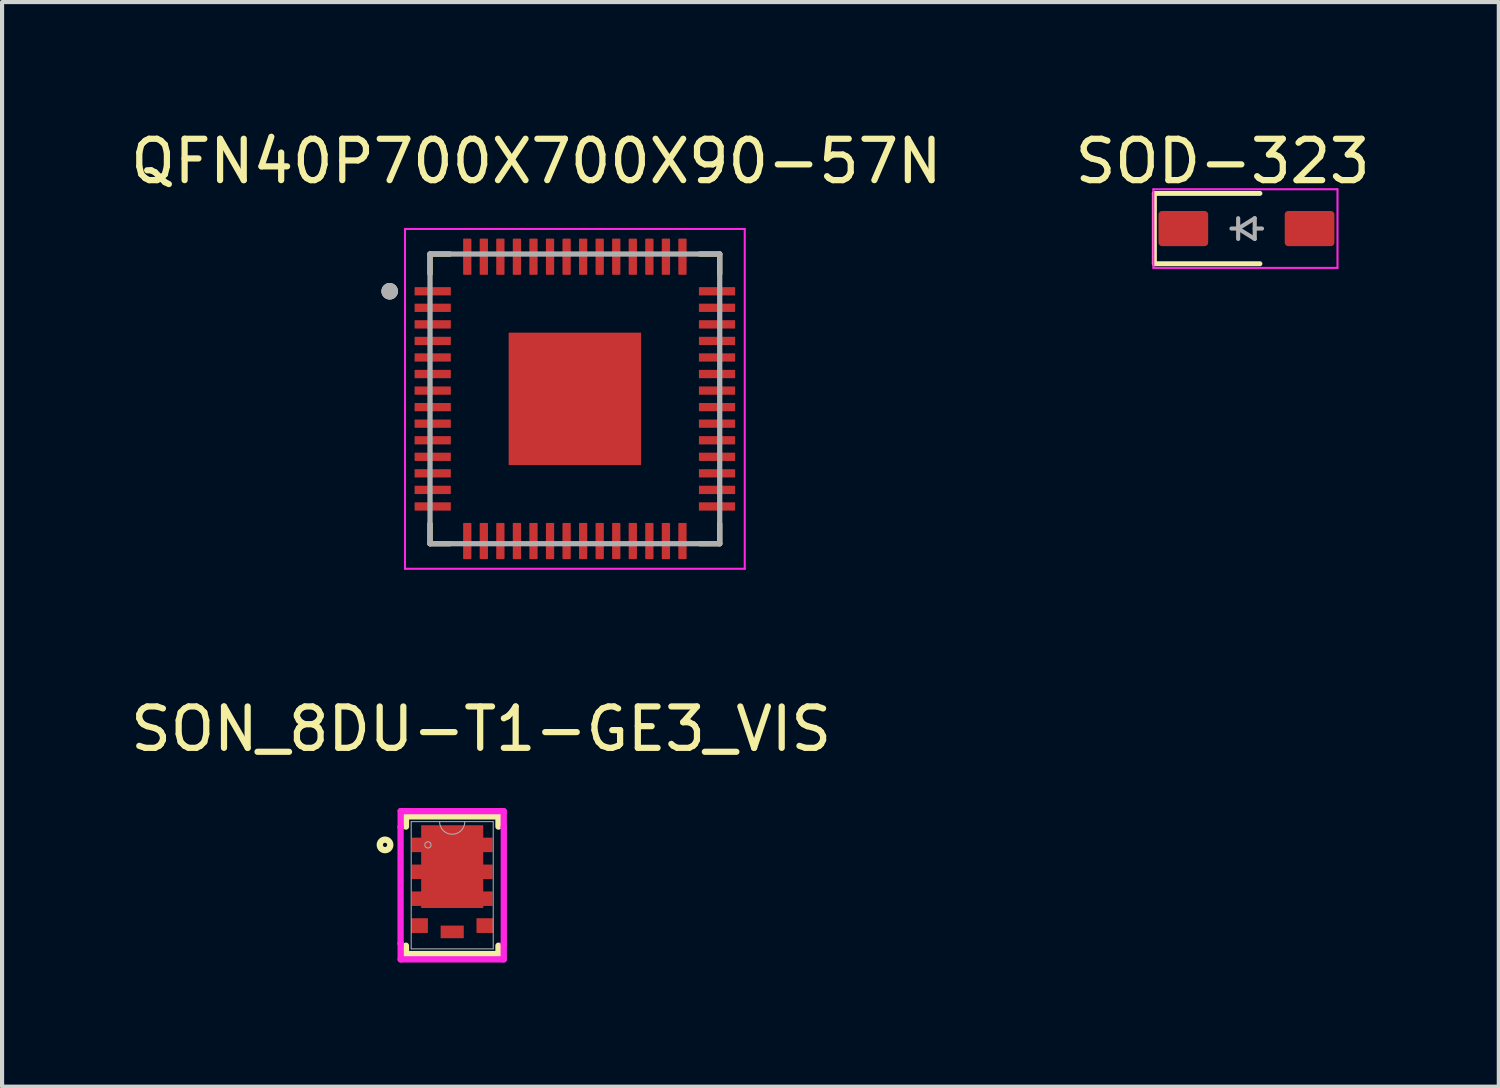
<source format=kicad_pcb>
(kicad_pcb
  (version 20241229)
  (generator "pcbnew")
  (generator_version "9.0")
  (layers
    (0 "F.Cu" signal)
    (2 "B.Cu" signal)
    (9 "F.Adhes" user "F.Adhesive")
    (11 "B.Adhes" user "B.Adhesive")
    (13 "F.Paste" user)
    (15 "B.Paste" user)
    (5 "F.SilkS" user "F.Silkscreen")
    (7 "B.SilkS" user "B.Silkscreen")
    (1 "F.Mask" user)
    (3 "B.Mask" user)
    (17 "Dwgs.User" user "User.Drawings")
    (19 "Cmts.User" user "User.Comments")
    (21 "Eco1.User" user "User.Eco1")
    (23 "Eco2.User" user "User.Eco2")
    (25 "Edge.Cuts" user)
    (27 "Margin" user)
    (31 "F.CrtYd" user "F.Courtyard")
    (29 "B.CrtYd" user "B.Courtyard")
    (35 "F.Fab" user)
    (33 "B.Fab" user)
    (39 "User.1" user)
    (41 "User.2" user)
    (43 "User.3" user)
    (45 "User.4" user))
  (footprint "SOD-323"
    (layer "F.Cu")
    (at 26.569 2.473)
    (property "Reference" "SOD-323" (at -0.075 -1.625 0) (unlocked yes) (layer "F.SilkS") (effects (font (size 1 1) (thickness 0.15))))
    (attr smd)
    (fp_line (start -1.725 -0.85) (end -1.725 0.85) (stroke (width 0.12) (type solid)) (layer "F.SilkS"))
    (fp_line (start -1.725 -0.85) (end 0.825 -0.85) (stroke (width 0.12) (type solid)) (layer "F.SilkS"))
    (fp_line (start -1.725 0.85) (end 0.825 0.85) (stroke (width 0.12) (type solid)) (layer "F.SilkS"))
    (fp_line (start -1.75 -0.95) (end -1.75 0.95) (stroke (width 0.05) (type solid)) (layer "F.CrtYd"))
    (fp_line (start -1.75 -0.95) (end 2.7 -0.95) (stroke (width 0.05) (type solid)) (layer "F.CrtYd"))
    (fp_line (start -1.75 0.95) (end 2.7 0.95) (stroke (width 0.05) (type solid)) (layer "F.CrtYd"))
    (fp_line (start 2.7 -0.95) (end 2.7 0.95) (stroke (width 0.05) (type solid)) (layer "F.CrtYd"))
    (fp_line (start 0.263 0) (end 0.138 0) (stroke (width 0.1) (type solid)) (layer "F.Fab"))
    (fp_line (start 0.3 -0.25) (end 0.3 0.25) (stroke (width 0.1) (type solid)) (layer "F.Fab"))
    (fp_line (start 0.7 -0.25) (end 0.3 0) (stroke (width 0.1) (type solid)) (layer "F.Fab"))
    (fp_line (start 0.7 -0.25) (end 0.7 0.25) (stroke (width 0.1) (type solid)) (layer "F.Fab"))
    (fp_line (start 0.7 0) (end 0.875 0) (stroke (width 0.1) (type solid)) (layer "F.Fab"))
    (fp_line (start 0.7 0.25) (end 0.3 0) (stroke (width 0.1) (type solid)) (layer "F.Fab"))
    (pad "1" smd roundrect (at -1.025 0) (size 1.2 0.85) (layers "F.Cu" "F.Mask" "F.Paste") (roundrect_rratio 0.1))
    (pad "2" smd roundrect (at 2.025 0) (size 1.2 0.85) (layers "F.Cu" "F.Mask" "F.Paste") (roundrect_rratio 0.1)))
  (footprint "SON_8DU-T1-GE3_VIS"
    (layer "F.Cu")
    (at 7.877 18.341)
    (property "Reference" "SON_8DU-T1-GE3_VIS" (at 0.7 -3.775 0) (unlocked yes) (layer "F.SilkS") (effects (font (size 1 1) (thickness 0.15))))
    (attr smd)
    (fp_line (start -1.118 -1.664) (end -1.118 -1.418) (stroke (width 0.152) (type solid)) (layer "F.SilkS"))
    (fp_line (start -1.118 1.461) (end -1.118 1.664) (stroke (width 0.152) (type solid)) (layer "F.SilkS"))
    (fp_line (start -1.118 1.664) (end 1.118 1.664) (stroke (width 0.152) (type solid)) (layer "F.SilkS"))
    (fp_line (start 1.118 -1.664) (end -1.118 -1.664) (stroke (width 0.152) (type solid)) (layer "F.SilkS"))
    (fp_line (start 1.118 -1.418) (end 1.118 -1.664) (stroke (width 0.152) (type solid)) (layer "F.SilkS"))
    (fp_line (start 1.118 1.664) (end 1.118 1.461) (stroke (width 0.152) (type solid)) (layer "F.SilkS"))
    (fp_circle (center -1.623 -0.975) (end -1.496 -0.975) (stroke (width 0.152) (type solid)) (fill no) (layer "F.SilkS"))
    (fp_line (start -1.247 -1.407) (end -1.245 -1.407) (stroke (width 0.152) (type solid)) (layer "F.CrtYd"))
    (fp_line (start -1.247 1.407) (end -1.247 -1.407) (stroke (width 0.152) (type solid)) (layer "F.CrtYd"))
    (fp_line (start -1.247 1.407) (end -1.245 1.407) (stroke (width 0.152) (type solid)) (layer "F.CrtYd"))
    (fp_line (start -1.245 -1.791) (end 1.245 -1.791) (stroke (width 0.152) (type solid)) (layer "F.CrtYd"))
    (fp_line (start -1.245 -1.407) (end -1.245 -1.791) (stroke (width 0.152) (type solid)) (layer "F.CrtYd"))
    (fp_line (start -1.245 1.791) (end -1.245 1.407) (stroke (width 0.152) (type solid)) (layer "F.CrtYd"))
    (fp_line (start 1.245 -1.791) (end 1.245 -1.407) (stroke (width 0.152) (type solid)) (layer "F.CrtYd"))
    (fp_line (start 1.245 1.407) (end 1.245 1.791) (stroke (width 0.152) (type solid)) (layer "F.CrtYd"))
    (fp_line (start 1.245 1.791) (end -1.245 1.791) (stroke (width 0.152) (type solid)) (layer "F.CrtYd"))
    (fp_line (start 1.247 -1.407) (end 1.245 -1.407) (stroke (width 0.152) (type solid)) (layer "F.CrtYd"))
    (fp_line (start 1.247 -1.407) (end 1.247 1.407) (stroke (width 0.152) (type solid)) (layer "F.CrtYd"))
    (fp_line (start 1.247 1.407) (end 1.245 1.407) (stroke (width 0.152) (type solid)) (layer "F.CrtYd"))
    (fp_line (start -0.991 -1.537) (end -0.991 1.537) (stroke (width 0.025) (type solid)) (layer "F.Fab"))
    (fp_line (start -0.991 1.537) (end 0.991 1.537) (stroke (width 0.025) (type solid)) (layer "F.Fab"))
    (fp_line (start 0.991 -1.537) (end -0.991 -1.537) (stroke (width 0.025) (type solid)) (layer "F.Fab"))
    (fp_line (start 0.991 1.537) (end 0.991 -1.537) (stroke (width 0.025) (type solid)) (layer "F.Fab"))
    (fp_arc (start 0.3048 -1.5367) (mid 0 -1.2319) (end -0.3048 -1.5367) (stroke (width 0.0254) (type solid)) (layer "F.Fab"))
    (fp_circle (center -0.587 -0.975) (end -0.511 -0.975) (stroke (width 0.025) (type solid)) (fill no) (layer "F.Fab"))
    (pad "1" smd rect (at 0.79 0.975) (size 0.406 0.356) (layers "F.Cu" "F.Mask" "F.Paste"))
    (pad "2" smd custom (at -0.85 -0.975 90) (size 0.35 0.25) (layers "F.Cu" "F.Mask" "F.Paste") (options (anchor rect)) (primitives))
    (pad "2" smd custom (at -0.85 -0.325 90) (size 0.35 0.25) (layers "F.Cu" "F.Mask" "F.Paste") (options (anchor rect)) (primitives))
    (pad "2" smd custom (at -0.85 0.325 90) (size 0.35 0.25) (layers "F.Cu" "F.Mask" "F.Paste") (options (anchor rect)) (primitives))
    (pad "2" smd custom (at 0 -0.45) (size 1.5 2) (layers "F.Cu" "F.Mask" "F.Paste") (options (anchor rect)) (primitives))
    (pad "2" smd custom (at 0.85 -0.975 90) (size 0.35 0.25) (layers "F.Cu" "F.Mask" "F.Paste") (options (anchor rect)) (primitives))
    (pad "2" smd custom (at 0.85 -0.325 90) (size 0.35 0.25) (layers "F.Cu" "F.Mask" "F.Paste") (options (anchor rect)) (primitives))
    (pad "2" smd custom (at 0.85 0.325 90) (size 0.35 0.25) (layers "F.Cu" "F.Mask" "F.Paste") (options (anchor rect)) (primitives))
    (pad "3" smd rect (at -0.79 0.975) (size 0.406 0.356) (layers "F.Cu" "F.Mask" "F.Paste"))
    (pad "3" smd rect (at 0 1.127) (size 0.559 0.305) (layers "F.Cu" "F.Mask")))
  (footprint "QFN40P700X700X90-57N"
    (layer "F.Cu")
    (at 10.841 6.588)
    (property "Reference" "QFN40P700X700X90-57N" (at -0.93 -5.74 0) (layer "F.SilkS") (effects (font (size 1 1) (thickness 0.15))))
    (attr smd)
    (fp_line (start -3.5 -3.5) (end -3.5 -3.02) (stroke (width 0.127) (type solid)) (layer "F.SilkS"))
    (fp_line (start -3.5 -3.5) (end -3.02 -3.5) (stroke (width 0.127) (type solid)) (layer "F.SilkS"))
    (fp_line (start -3.5 3.5) (end -3.5 3.02) (stroke (width 0.127) (type solid)) (layer "F.SilkS"))
    (fp_line (start -3.5 3.5) (end -3.02 3.5) (stroke (width 0.127) (type solid)) (layer "F.SilkS"))
    (fp_line (start 3.5 -3.5) (end 3.02 -3.5) (stroke (width 0.127) (type solid)) (layer "F.SilkS"))
    (fp_line (start 3.5 -3.5) (end 3.5 -3.02) (stroke (width 0.127) (type solid)) (layer "F.SilkS"))
    (fp_line (start 3.5 3.5) (end 3.02 3.5) (stroke (width 0.127) (type solid)) (layer "F.SilkS"))
    (fp_line (start 3.5 3.5) (end 3.5 3.02) (stroke (width 0.127) (type solid)) (layer "F.SilkS"))
    (fp_circle (center -4.475 -2.6) (end -4.375 -2.6) (stroke (width 0.2) (type solid)) (fill no) (layer "F.SilkS"))
    (fp_poly (pts (xy -0.98 -0.98) (xy 0.98 -0.98) (xy 0.98 0.98) (xy -0.98 0.98)) (stroke (width 0.01) (type solid)) (fill yes) (layer "F.Paste"))
    (fp_line (start -4.105 -4.105) (end 4.105 -4.105) (stroke (width 0.05) (type solid)) (layer "F.CrtYd"))
    (fp_line (start -4.105 4.105) (end -4.105 -4.105) (stroke (width 0.05) (type solid)) (layer "F.CrtYd"))
    (fp_line (start -4.105 4.105) (end 4.105 4.105) (stroke (width 0.05) (type solid)) (layer "F.CrtYd"))
    (fp_line (start 4.105 4.105) (end 4.105 -4.105) (stroke (width 0.05) (type solid)) (layer "F.CrtYd"))
    (fp_line (start -3.5 3.5) (end -3.5 -3.5) (stroke (width 0.127) (type solid)) (layer "F.Fab"))
    (fp_line (start 3.5 -3.5) (end -3.5 -3.5) (stroke (width 0.127) (type solid)) (layer "F.Fab"))
    (fp_line (start 3.5 3.5) (end -3.5 3.5) (stroke (width 0.127) (type solid)) (layer "F.Fab"))
    (fp_line (start 3.5 3.5) (end 3.5 -3.5) (stroke (width 0.127) (type solid)) (layer "F.Fab"))
    (fp_circle (center -4.475 -2.6) (end -4.375 -2.6) (stroke (width 0.2) (type solid)) (fill no) (layer "F.Fab"))
    (pad "1" smd roundrect (at -3.435 -2.6) (size 0.875 0.2) (layers "F.Cu" "F.Mask" "F.Paste") (roundrect_rratio 0.03))
    (pad "2" smd roundrect (at -3.435 -2.2) (size 0.875 0.2) (layers "F.Cu" "F.Mask" "F.Paste") (roundrect_rratio 0.03))
    (pad "3" smd roundrect (at -3.435 -1.8) (size 0.875 0.2) (layers "F.Cu" "F.Mask" "F.Paste") (roundrect_rratio 0.03))
    (pad "4" smd roundrect (at -3.435 -1.4) (size 0.875 0.2) (layers "F.Cu" "F.Mask" "F.Paste") (roundrect_rratio 0.03))
    (pad "5" smd roundrect (at -3.435 -1) (size 0.875 0.2) (layers "F.Cu" "F.Mask" "F.Paste") (roundrect_rratio 0.03))
    (pad "6" smd roundrect (at -3.435 -0.6) (size 0.875 0.2) (layers "F.Cu" "F.Mask" "F.Paste") (roundrect_rratio 0.03))
    (pad "7" smd roundrect (at -3.435 -0.2) (size 0.875 0.2) (layers "F.Cu" "F.Mask" "F.Paste") (roundrect_rratio 0.03))
    (pad "8" smd roundrect (at -3.435 0.2) (size 0.875 0.2) (layers "F.Cu" "F.Mask" "F.Paste") (roundrect_rratio 0.03))
    (pad "9" smd roundrect (at -3.435 0.6) (size 0.875 0.2) (layers "F.Cu" "F.Mask" "F.Paste") (roundrect_rratio 0.03))
    (pad "10" smd roundrect (at -3.435 1) (size 0.875 0.2) (layers "F.Cu" "F.Mask" "F.Paste") (roundrect_rratio 0.03))
    (pad "11" smd roundrect (at -3.435 1.4) (size 0.875 0.2) (layers "F.Cu" "F.Mask" "F.Paste") (roundrect_rratio 0.03))
    (pad "12" smd roundrect (at -3.435 1.8) (size 0.875 0.2) (layers "F.Cu" "F.Mask" "F.Paste") (roundrect_rratio 0.03))
    (pad "13" smd roundrect (at -3.435 2.2) (size 0.875 0.2) (layers "F.Cu" "F.Mask" "F.Paste") (roundrect_rratio 0.03))
    (pad "14" smd roundrect (at -3.435 2.6) (size 0.875 0.2) (layers "F.Cu" "F.Mask" "F.Paste") (roundrect_rratio 0.03))
    (pad "15" smd roundrect (at -2.6 3.435) (size 0.2 0.875) (layers "F.Cu" "F.Mask" "F.Paste") (roundrect_rratio 0.1))
    (pad "16" smd roundrect (at -2.2 3.435) (size 0.2 0.875) (layers "F.Cu" "F.Mask" "F.Paste") (roundrect_rratio 0.1))
    (pad "17" smd roundrect (at -1.8 3.435) (size 0.2 0.875) (layers "F.Cu" "F.Mask" "F.Paste") (roundrect_rratio 0.1))
    (pad "18" smd roundrect (at -1.4 3.435) (size 0.2 0.875) (layers "F.Cu" "F.Mask" "F.Paste") (roundrect_rratio 0.1))
    (pad "19" smd roundrect (at -1 3.435) (size 0.2 0.875) (layers "F.Cu" "F.Mask" "F.Paste") (roundrect_rratio 0.1))
    (pad "20" smd roundrect (at -0.6 3.435) (size 0.2 0.875) (layers "F.Cu" "F.Mask" "F.Paste") (roundrect_rratio 0.1))
    (pad "21" smd roundrect (at -0.2 3.435) (size 0.2 0.875) (layers "F.Cu" "F.Mask" "F.Paste") (roundrect_rratio 0.1))
    (pad "22" smd roundrect (at 0.2 3.435) (size 0.2 0.875) (layers "F.Cu" "F.Mask" "F.Paste") (roundrect_rratio 0.1))
    (pad "23" smd roundrect (at 0.6 3.435) (size 0.2 0.875) (layers "F.Cu" "F.Mask" "F.Paste") (roundrect_rratio 0.1))
    (pad "24" smd roundrect (at 1 3.435) (size 0.2 0.875) (layers "F.Cu" "F.Mask" "F.Paste") (roundrect_rratio 0.1))
    (pad "25" smd roundrect (at 1.4 3.435) (size 0.2 0.875) (layers "F.Cu" "F.Mask" "F.Paste") (roundrect_rratio 0.1))
    (pad "26" smd roundrect (at 1.8 3.435) (size 0.2 0.875) (layers "F.Cu" "F.Mask" "F.Paste") (roundrect_rratio 0.1))
    (pad "27" smd roundrect (at 2.2 3.435) (size 0.2 0.875) (layers "F.Cu" "F.Mask" "F.Paste") (roundrect_rratio 0.1))
    (pad "28" smd roundrect (at 2.6 3.435) (size 0.2 0.875) (layers "F.Cu" "F.Mask" "F.Paste") (roundrect_rratio 0.1))
    (pad "29" smd roundrect (at 3.435 2.6) (size 0.875 0.2) (layers "F.Cu" "F.Mask" "F.Paste") (roundrect_rratio 0.03))
    (pad "30" smd roundrect (at 3.435 2.2) (size 0.875 0.2) (layers "F.Cu" "F.Mask" "F.Paste") (roundrect_rratio 0.03))
    (pad "31" smd roundrect (at 3.435 1.8) (size 0.875 0.2) (layers "F.Cu" "F.Mask" "F.Paste") (roundrect_rratio 0.03))
    (pad "32" smd roundrect (at 3.435 1.4) (size 0.875 0.2) (layers "F.Cu" "F.Mask" "F.Paste") (roundrect_rratio 0.03))
    (pad "33" smd roundrect (at 3.435 1) (size 0.875 0.2) (layers "F.Cu" "F.Mask" "F.Paste") (roundrect_rratio 0.03))
    (pad "34" smd roundrect (at 3.435 0.6) (size 0.875 0.2) (layers "F.Cu" "F.Mask" "F.Paste") (roundrect_rratio 0.03))
    (pad "35" smd roundrect (at 3.435 0.2) (size 0.875 0.2) (layers "F.Cu" "F.Mask" "F.Paste") (roundrect_rratio 0.03))
    (pad "36" smd roundrect (at 3.435 -0.2) (size 0.875 0.2) (layers "F.Cu" "F.Mask" "F.Paste") (roundrect_rratio 0.03))
    (pad "37" smd roundrect (at 3.435 -0.6) (size 0.875 0.2) (layers "F.Cu" "F.Mask" "F.Paste") (roundrect_rratio 0.03))
    (pad "38" smd roundrect (at 3.435 -1) (size 0.875 0.2) (layers "F.Cu" "F.Mask" "F.Paste") (roundrect_rratio 0.03))
    (pad "39" smd roundrect (at 3.435 -1.4) (size 0.875 0.2) (layers "F.Cu" "F.Mask" "F.Paste") (roundrect_rratio 0.03))
    (pad "40" smd roundrect (at 3.435 -1.8) (size 0.875 0.2) (layers "F.Cu" "F.Mask" "F.Paste") (roundrect_rratio 0.03))
    (pad "41" smd roundrect (at 3.435 -2.2) (size 0.875 0.2) (layers "F.Cu" "F.Mask" "F.Paste") (roundrect_rratio 0.03))
    (pad "42" smd roundrect (at 3.435 -2.6) (size 0.875 0.2) (layers "F.Cu" "F.Mask" "F.Paste") (roundrect_rratio 0.03))
    (pad "43" smd roundrect (at 2.6 -3.435) (size 0.2 0.875) (layers "F.Cu" "F.Mask" "F.Paste") (roundrect_rratio 0.1))
    (pad "44" smd roundrect (at 2.2 -3.435) (size 0.2 0.875) (layers "F.Cu" "F.Mask" "F.Paste") (roundrect_rratio 0.1))
    (pad "45" smd roundrect (at 1.8 -3.435) (size 0.2 0.875) (layers "F.Cu" "F.Mask" "F.Paste") (roundrect_rratio 0.1))
    (pad "46" smd roundrect (at 1.4 -3.435) (size 0.2 0.875) (layers "F.Cu" "F.Mask" "F.Paste") (roundrect_rratio 0.1))
    (pad "47" smd roundrect (at 1 -3.435) (size 0.2 0.875) (layers "F.Cu" "F.Mask" "F.Paste") (roundrect_rratio 0.1))
    (pad "48" smd roundrect (at 0.6 -3.435) (size 0.2 0.875) (layers "F.Cu" "F.Mask" "F.Paste") (roundrect_rratio 0.1))
    (pad "49" smd roundrect (at 0.2 -3.435) (size 0.2 0.875) (layers "F.Cu" "F.Mask" "F.Paste") (roundrect_rratio 0.1))
    (pad "50" smd roundrect (at -0.2 -3.435) (size 0.2 0.875) (layers "F.Cu" "F.Mask" "F.Paste") (roundrect_rratio 0.1))
    (pad "51" smd roundrect (at -0.6 -3.435) (size 0.2 0.875) (layers "F.Cu" "F.Mask" "F.Paste") (roundrect_rratio 0.1))
    (pad "52" smd roundrect (at -1 -3.435) (size 0.2 0.875) (layers "F.Cu" "F.Mask" "F.Paste") (roundrect_rratio 0.1))
    (pad "53" smd roundrect (at -1.4 -3.435) (size 0.2 0.875) (layers "F.Cu" "F.Mask" "F.Paste") (roundrect_rratio 0.1))
    (pad "54" smd roundrect (at -1.8 -3.435) (size 0.2 0.875) (layers "F.Cu" "F.Mask" "F.Paste") (roundrect_rratio 0.1))
    (pad "55" smd roundrect (at -2.2 -3.435) (size 0.2 0.875) (layers "F.Cu" "F.Mask" "F.Paste") (roundrect_rratio 0.1))
    (pad "56" smd roundrect (at -2.6 -3.435) (size 0.2 0.875) (layers "F.Cu" "F.Mask" "F.Paste") (roundrect_rratio 0.1))
    (pad "57" smd rect (at 0 0) (size 3.2 3.2) (layers "F.Cu" "F.Mask")))
  (gr_rect
    (start -3 -3)
    (end 33.167 23.208)
    (stroke (width 0.1) (type default))
    (fill no)
    (layer "Edge.Cuts")))
</source>
